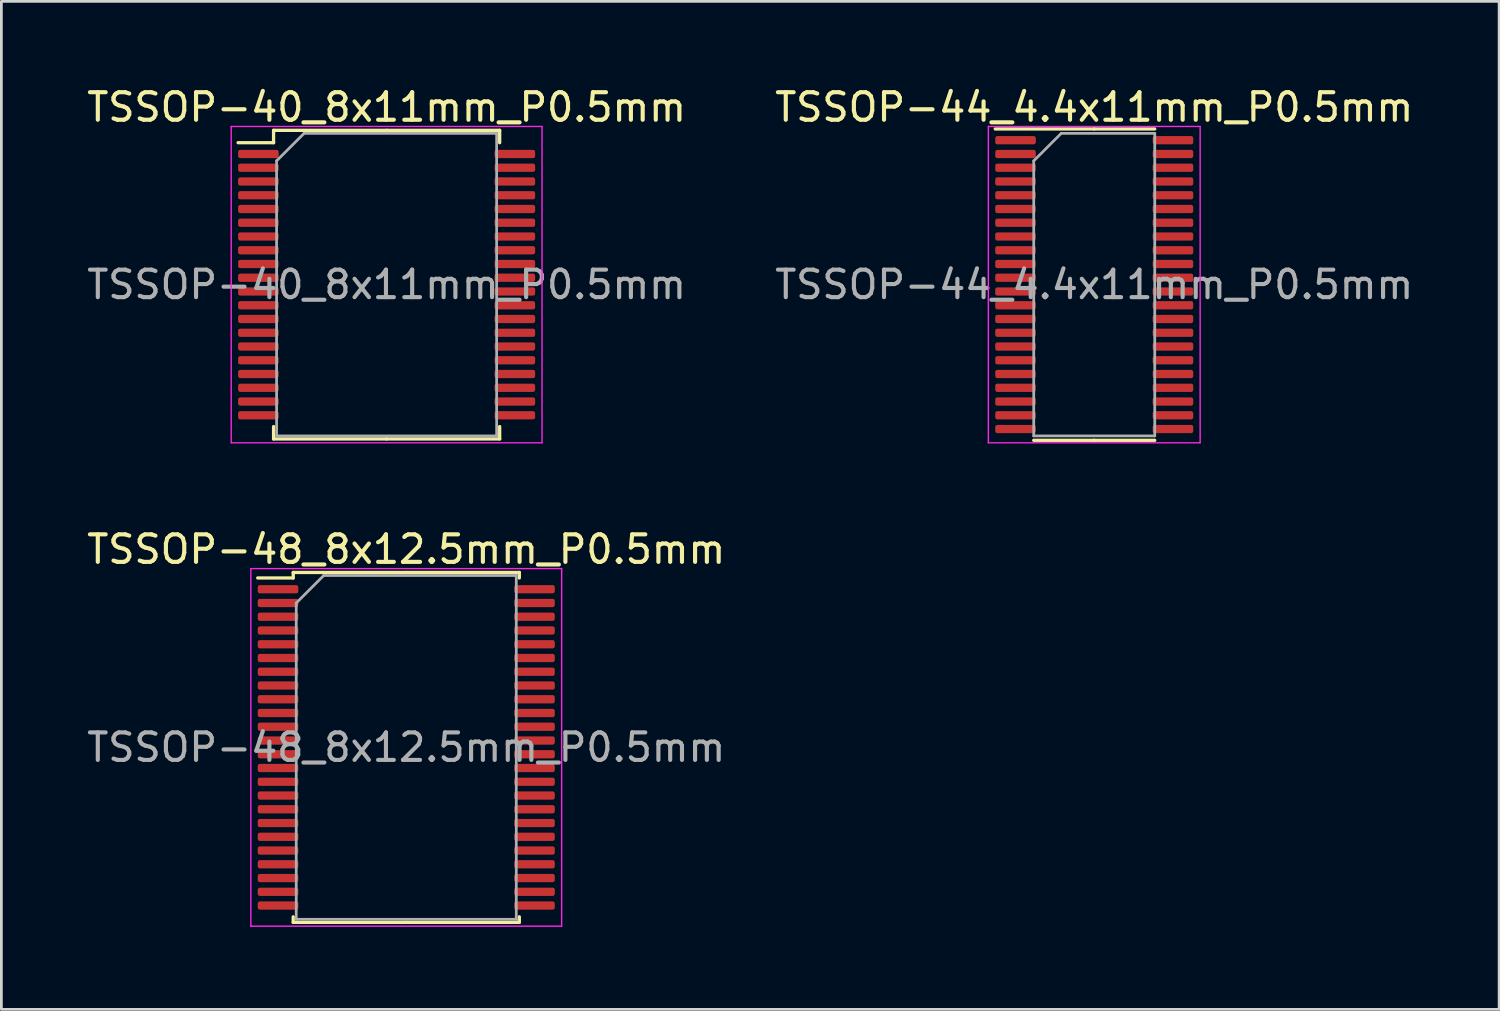
<source format=kicad_pcb>
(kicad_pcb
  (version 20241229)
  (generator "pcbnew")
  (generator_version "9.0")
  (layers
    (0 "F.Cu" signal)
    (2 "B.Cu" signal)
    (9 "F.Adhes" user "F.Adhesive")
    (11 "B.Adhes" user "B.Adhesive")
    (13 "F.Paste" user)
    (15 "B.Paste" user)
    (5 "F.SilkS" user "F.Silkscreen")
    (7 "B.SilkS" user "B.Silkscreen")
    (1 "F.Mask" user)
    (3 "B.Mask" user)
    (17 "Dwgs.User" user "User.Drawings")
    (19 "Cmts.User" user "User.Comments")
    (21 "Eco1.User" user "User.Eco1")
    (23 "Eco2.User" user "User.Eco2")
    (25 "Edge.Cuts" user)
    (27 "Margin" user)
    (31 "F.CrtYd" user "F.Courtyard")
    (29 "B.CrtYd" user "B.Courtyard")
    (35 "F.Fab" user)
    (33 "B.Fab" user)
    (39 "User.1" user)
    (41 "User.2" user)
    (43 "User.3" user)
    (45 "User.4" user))
  (footprint "TSSOP-48_8x12.5mm_P0.5mm"
    (layer "F.Cu")
    (at 11.72 24.122)
    (property "Reference" "TSSOP-48_8x12.5mm_P0.5mm" (at 0 -7.2 0) (layer "F.SilkS") (effects (font (size 1 1) (thickness 0.15))))
    (attr smd)
    (fp_line (start -4.11 -6.36) (end -4.11 -6.16) (stroke (width 0.12) (type solid)) (layer "F.SilkS"))
    (fp_line (start -4.11 -6.16) (end -5.4 -6.16) (stroke (width 0.12) (type solid)) (layer "F.SilkS"))
    (fp_line (start -4.11 6.36) (end -4.11 6.16) (stroke (width 0.12) (type solid)) (layer "F.SilkS"))
    (fp_line (start 0 -6.36) (end -4.11 -6.36) (stroke (width 0.12) (type solid)) (layer "F.SilkS"))
    (fp_line (start 0 -6.36) (end 4.11 -6.36) (stroke (width 0.12) (type solid)) (layer "F.SilkS"))
    (fp_line (start 0 6.36) (end -4.11 6.36) (stroke (width 0.12) (type solid)) (layer "F.SilkS"))
    (fp_line (start 0 6.36) (end 4.11 6.36) (stroke (width 0.12) (type solid)) (layer "F.SilkS"))
    (fp_line (start 4.11 -6.36) (end 4.11 -6.16) (stroke (width 0.12) (type solid)) (layer "F.SilkS"))
    (fp_line (start 4.11 6.36) (end 4.11 6.16) (stroke (width 0.12) (type solid)) (layer "F.SilkS"))
    (fp_line (start -5.65 -6.5) (end -5.65 6.5) (stroke (width 0.05) (type solid)) (layer "F.CrtYd"))
    (fp_line (start -5.65 6.5) (end 5.65 6.5) (stroke (width 0.05) (type solid)) (layer "F.CrtYd"))
    (fp_line (start 5.65 -6.5) (end -5.65 -6.5) (stroke (width 0.05) (type solid)) (layer "F.CrtYd"))
    (fp_line (start 5.65 6.5) (end 5.65 -6.5) (stroke (width 0.05) (type solid)) (layer "F.CrtYd"))
    (fp_line (start -4 -5.25) (end -3 -6.25) (stroke (width 0.1) (type solid)) (layer "F.Fab"))
    (fp_line (start -4 6.25) (end -4 -5.25) (stroke (width 0.1) (type solid)) (layer "F.Fab"))
    (fp_line (start -3 -6.25) (end 4 -6.25) (stroke (width 0.1) (type solid)) (layer "F.Fab"))
    (fp_line (start 4 -6.25) (end 4 6.25) (stroke (width 0.1) (type solid)) (layer "F.Fab"))
    (fp_line (start 4 6.25) (end -4 6.25) (stroke (width 0.1) (type solid)) (layer "F.Fab"))
    (fp_text user "${REFERENCE}" (at 0 0 0) (layer "F.Fab") (effects (font (size 1 1) (thickness 0.15))))
    (pad "1" smd roundrect (at -4.662 -5.75) (size 1.475 0.3) (layers "F.Cu" "F.Mask" "F.Paste") (roundrect_rratio 0.25))
    (pad "2" smd roundrect (at -4.662 -5.25) (size 1.475 0.3) (layers "F.Cu" "F.Mask" "F.Paste") (roundrect_rratio 0.25))
    (pad "3" smd roundrect (at -4.662 -4.75) (size 1.475 0.3) (layers "F.Cu" "F.Mask" "F.Paste") (roundrect_rratio 0.25))
    (pad "4" smd roundrect (at -4.662 -4.25) (size 1.475 0.3) (layers "F.Cu" "F.Mask" "F.Paste") (roundrect_rratio 0.25))
    (pad "5" smd roundrect (at -4.662 -3.75) (size 1.475 0.3) (layers "F.Cu" "F.Mask" "F.Paste") (roundrect_rratio 0.25))
    (pad "6" smd roundrect (at -4.662 -3.25) (size 1.475 0.3) (layers "F.Cu" "F.Mask" "F.Paste") (roundrect_rratio 0.25))
    (pad "7" smd roundrect (at -4.662 -2.75) (size 1.475 0.3) (layers "F.Cu" "F.Mask" "F.Paste") (roundrect_rratio 0.25))
    (pad "8" smd roundrect (at -4.662 -2.25) (size 1.475 0.3) (layers "F.Cu" "F.Mask" "F.Paste") (roundrect_rratio 0.25))
    (pad "9" smd roundrect (at -4.662 -1.75) (size 1.475 0.3) (layers "F.Cu" "F.Mask" "F.Paste") (roundrect_rratio 0.25))
    (pad "10" smd roundrect (at -4.662 -1.25) (size 1.475 0.3) (layers "F.Cu" "F.Mask" "F.Paste") (roundrect_rratio 0.25))
    (pad "11" smd roundrect (at -4.662 -0.75) (size 1.475 0.3) (layers "F.Cu" "F.Mask" "F.Paste") (roundrect_rratio 0.25))
    (pad "12" smd roundrect (at -4.662 -0.25) (size 1.475 0.3) (layers "F.Cu" "F.Mask" "F.Paste") (roundrect_rratio 0.25))
    (pad "13" smd roundrect (at -4.662 0.25) (size 1.475 0.3) (layers "F.Cu" "F.Mask" "F.Paste") (roundrect_rratio 0.25))
    (pad "14" smd roundrect (at -4.662 0.75) (size 1.475 0.3) (layers "F.Cu" "F.Mask" "F.Paste") (roundrect_rratio 0.25))
    (pad "15" smd roundrect (at -4.662 1.25) (size 1.475 0.3) (layers "F.Cu" "F.Mask" "F.Paste") (roundrect_rratio 0.25))
    (pad "16" smd roundrect (at -4.662 1.75) (size 1.475 0.3) (layers "F.Cu" "F.Mask" "F.Paste") (roundrect_rratio 0.25))
    (pad "17" smd roundrect (at -4.662 2.25) (size 1.475 0.3) (layers "F.Cu" "F.Mask" "F.Paste") (roundrect_rratio 0.25))
    (pad "18" smd roundrect (at -4.662 2.75) (size 1.475 0.3) (layers "F.Cu" "F.Mask" "F.Paste") (roundrect_rratio 0.25))
    (pad "19" smd roundrect (at -4.662 3.25) (size 1.475 0.3) (layers "F.Cu" "F.Mask" "F.Paste") (roundrect_rratio 0.25))
    (pad "20" smd roundrect (at -4.662 3.75) (size 1.475 0.3) (layers "F.Cu" "F.Mask" "F.Paste") (roundrect_rratio 0.25))
    (pad "21" smd roundrect (at -4.662 4.25) (size 1.475 0.3) (layers "F.Cu" "F.Mask" "F.Paste") (roundrect_rratio 0.25))
    (pad "22" smd roundrect (at -4.662 4.75) (size 1.475 0.3) (layers "F.Cu" "F.Mask" "F.Paste") (roundrect_rratio 0.25))
    (pad "23" smd roundrect (at -4.662 5.25) (size 1.475 0.3) (layers "F.Cu" "F.Mask" "F.Paste") (roundrect_rratio 0.25))
    (pad "24" smd roundrect (at -4.662 5.75) (size 1.475 0.3) (layers "F.Cu" "F.Mask" "F.Paste") (roundrect_rratio 0.25))
    (pad "25" smd roundrect (at 4.662 5.75) (size 1.475 0.3) (layers "F.Cu" "F.Mask" "F.Paste") (roundrect_rratio 0.25))
    (pad "26" smd roundrect (at 4.662 5.25) (size 1.475 0.3) (layers "F.Cu" "F.Mask" "F.Paste") (roundrect_rratio 0.25))
    (pad "27" smd roundrect (at 4.662 4.75) (size 1.475 0.3) (layers "F.Cu" "F.Mask" "F.Paste") (roundrect_rratio 0.25))
    (pad "28" smd roundrect (at 4.662 4.25) (size 1.475 0.3) (layers "F.Cu" "F.Mask" "F.Paste") (roundrect_rratio 0.25))
    (pad "29" smd roundrect (at 4.662 3.75) (size 1.475 0.3) (layers "F.Cu" "F.Mask" "F.Paste") (roundrect_rratio 0.25))
    (pad "30" smd roundrect (at 4.662 3.25) (size 1.475 0.3) (layers "F.Cu" "F.Mask" "F.Paste") (roundrect_rratio 0.25))
    (pad "31" smd roundrect (at 4.662 2.75) (size 1.475 0.3) (layers "F.Cu" "F.Mask" "F.Paste") (roundrect_rratio 0.25))
    (pad "32" smd roundrect (at 4.662 2.25) (size 1.475 0.3) (layers "F.Cu" "F.Mask" "F.Paste") (roundrect_rratio 0.25))
    (pad "33" smd roundrect (at 4.662 1.75) (size 1.475 0.3) (layers "F.Cu" "F.Mask" "F.Paste") (roundrect_rratio 0.25))
    (pad "34" smd roundrect (at 4.662 1.25) (size 1.475 0.3) (layers "F.Cu" "F.Mask" "F.Paste") (roundrect_rratio 0.25))
    (pad "35" smd roundrect (at 4.662 0.75) (size 1.475 0.3) (layers "F.Cu" "F.Mask" "F.Paste") (roundrect_rratio 0.25))
    (pad "36" smd roundrect (at 4.662 0.25) (size 1.475 0.3) (layers "F.Cu" "F.Mask" "F.Paste") (roundrect_rratio 0.25))
    (pad "37" smd roundrect (at 4.662 -0.25) (size 1.475 0.3) (layers "F.Cu" "F.Mask" "F.Paste") (roundrect_rratio 0.25))
    (pad "38" smd roundrect (at 4.662 -0.75) (size 1.475 0.3) (layers "F.Cu" "F.Mask" "F.Paste") (roundrect_rratio 0.25))
    (pad "39" smd roundrect (at 4.662 -1.25) (size 1.475 0.3) (layers "F.Cu" "F.Mask" "F.Paste") (roundrect_rratio 0.25))
    (pad "40" smd roundrect (at 4.662 -1.75) (size 1.475 0.3) (layers "F.Cu" "F.Mask" "F.Paste") (roundrect_rratio 0.25))
    (pad "41" smd roundrect (at 4.662 -2.25) (size 1.475 0.3) (layers "F.Cu" "F.Mask" "F.Paste") (roundrect_rratio 0.25))
    (pad "42" smd roundrect (at 4.662 -2.75) (size 1.475 0.3) (layers "F.Cu" "F.Mask" "F.Paste") (roundrect_rratio 0.25))
    (pad "43" smd roundrect (at 4.662 -3.25) (size 1.475 0.3) (layers "F.Cu" "F.Mask" "F.Paste") (roundrect_rratio 0.25))
    (pad "44" smd roundrect (at 4.662 -3.75) (size 1.475 0.3) (layers "F.Cu" "F.Mask" "F.Paste") (roundrect_rratio 0.25))
    (pad "45" smd roundrect (at 4.662 -4.25) (size 1.475 0.3) (layers "F.Cu" "F.Mask" "F.Paste") (roundrect_rratio 0.25))
    (pad "46" smd roundrect (at 4.662 -4.75) (size 1.475 0.3) (layers "F.Cu" "F.Mask" "F.Paste") (roundrect_rratio 0.25))
    (pad "47" smd roundrect (at 4.662 -5.25) (size 1.475 0.3) (layers "F.Cu" "F.Mask" "F.Paste") (roundrect_rratio 0.25))
    (pad "48" smd roundrect (at 4.662 -5.75) (size 1.475 0.3) (layers "F.Cu" "F.Mask" "F.Paste") (roundrect_rratio 0.25)))
  (footprint "TSSOP-44_4.4x11mm_P0.5mm"
    (layer "F.Cu")
    (at 36.732 7.298)
    (property "Reference" "TSSOP-44_4.4x11mm_P0.5mm" (at 0 -6.45 0) (layer "F.SilkS") (effects (font (size 1 1) (thickness 0.15))))
    (attr smd)
    (fp_line (start 0 -5.66) (end -3.6 -5.66) (stroke (width 0.12) (type solid)) (layer "F.SilkS"))
    (fp_line (start 0 -5.66) (end 2.2 -5.66) (stroke (width 0.12) (type solid)) (layer "F.SilkS"))
    (fp_line (start 0 5.66) (end -2.2 5.66) (stroke (width 0.12) (type solid)) (layer "F.SilkS"))
    (fp_line (start 0 5.66) (end 2.2 5.66) (stroke (width 0.12) (type solid)) (layer "F.SilkS"))
    (fp_line (start -3.85 -5.75) (end -3.85 5.75) (stroke (width 0.05) (type solid)) (layer "F.CrtYd"))
    (fp_line (start -3.85 5.75) (end 3.85 5.75) (stroke (width 0.05) (type solid)) (layer "F.CrtYd"))
    (fp_line (start 3.85 -5.75) (end -3.85 -5.75) (stroke (width 0.05) (type solid)) (layer "F.CrtYd"))
    (fp_line (start 3.85 5.75) (end 3.85 -5.75) (stroke (width 0.05) (type solid)) (layer "F.CrtYd"))
    (fp_line (start -2.2 -4.5) (end -1.2 -5.5) (stroke (width 0.1) (type solid)) (layer "F.Fab"))
    (fp_line (start -2.2 5.5) (end -2.2 -4.5) (stroke (width 0.1) (type solid)) (layer "F.Fab"))
    (fp_line (start -1.2 -5.5) (end 2.2 -5.5) (stroke (width 0.1) (type solid)) (layer "F.Fab"))
    (fp_line (start 2.2 -5.5) (end 2.2 5.5) (stroke (width 0.1) (type solid)) (layer "F.Fab"))
    (fp_line (start 2.2 5.5) (end -2.2 5.5) (stroke (width 0.1) (type solid)) (layer "F.Fab"))
    (fp_text user "${REFERENCE}" (at 0 0 0) (layer "F.Fab") (effects (font (size 1 1) (thickness 0.15))))
    (pad "1" smd roundrect (at -2.862 -5.25) (size 1.475 0.3) (layers "F.Cu" "F.Mask" "F.Paste") (roundrect_rratio 0.25))
    (pad "2" smd roundrect (at -2.862 -4.75) (size 1.475 0.3) (layers "F.Cu" "F.Mask" "F.Paste") (roundrect_rratio 0.25))
    (pad "3" smd roundrect (at -2.862 -4.25) (size 1.475 0.3) (layers "F.Cu" "F.Mask" "F.Paste") (roundrect_rratio 0.25))
    (pad "4" smd roundrect (at -2.862 -3.75) (size 1.475 0.3) (layers "F.Cu" "F.Mask" "F.Paste") (roundrect_rratio 0.25))
    (pad "5" smd roundrect (at -2.862 -3.25) (size 1.475 0.3) (layers "F.Cu" "F.Mask" "F.Paste") (roundrect_rratio 0.25))
    (pad "6" smd roundrect (at -2.862 -2.75) (size 1.475 0.3) (layers "F.Cu" "F.Mask" "F.Paste") (roundrect_rratio 0.25))
    (pad "7" smd roundrect (at -2.862 -2.25) (size 1.475 0.3) (layers "F.Cu" "F.Mask" "F.Paste") (roundrect_rratio 0.25))
    (pad "8" smd roundrect (at -2.862 -1.75) (size 1.475 0.3) (layers "F.Cu" "F.Mask" "F.Paste") (roundrect_rratio 0.25))
    (pad "9" smd roundrect (at -2.862 -1.25) (size 1.475 0.3) (layers "F.Cu" "F.Mask" "F.Paste") (roundrect_rratio 0.25))
    (pad "10" smd roundrect (at -2.862 -0.75) (size 1.475 0.3) (layers "F.Cu" "F.Mask" "F.Paste") (roundrect_rratio 0.25))
    (pad "11" smd roundrect (at -2.862 -0.25) (size 1.475 0.3) (layers "F.Cu" "F.Mask" "F.Paste") (roundrect_rratio 0.25))
    (pad "12" smd roundrect (at -2.862 0.25) (size 1.475 0.3) (layers "F.Cu" "F.Mask" "F.Paste") (roundrect_rratio 0.25))
    (pad "13" smd roundrect (at -2.862 0.75) (size 1.475 0.3) (layers "F.Cu" "F.Mask" "F.Paste") (roundrect_rratio 0.25))
    (pad "14" smd roundrect (at -2.862 1.25) (size 1.475 0.3) (layers "F.Cu" "F.Mask" "F.Paste") (roundrect_rratio 0.25))
    (pad "15" smd roundrect (at -2.862 1.75) (size 1.475 0.3) (layers "F.Cu" "F.Mask" "F.Paste") (roundrect_rratio 0.25))
    (pad "16" smd roundrect (at -2.862 2.25) (size 1.475 0.3) (layers "F.Cu" "F.Mask" "F.Paste") (roundrect_rratio 0.25))
    (pad "17" smd roundrect (at -2.862 2.75) (size 1.475 0.3) (layers "F.Cu" "F.Mask" "F.Paste") (roundrect_rratio 0.25))
    (pad "18" smd roundrect (at -2.862 3.25) (size 1.475 0.3) (layers "F.Cu" "F.Mask" "F.Paste") (roundrect_rratio 0.25))
    (pad "19" smd roundrect (at -2.862 3.75) (size 1.475 0.3) (layers "F.Cu" "F.Mask" "F.Paste") (roundrect_rratio 0.25))
    (pad "20" smd roundrect (at -2.862 4.25) (size 1.475 0.3) (layers "F.Cu" "F.Mask" "F.Paste") (roundrect_rratio 0.25))
    (pad "21" smd roundrect (at -2.862 4.75) (size 1.475 0.3) (layers "F.Cu" "F.Mask" "F.Paste") (roundrect_rratio 0.25))
    (pad "22" smd roundrect (at -2.862 5.25) (size 1.475 0.3) (layers "F.Cu" "F.Mask" "F.Paste") (roundrect_rratio 0.25))
    (pad "23" smd roundrect (at 2.862 5.25) (size 1.475 0.3) (layers "F.Cu" "F.Mask" "F.Paste") (roundrect_rratio 0.25))
    (pad "24" smd roundrect (at 2.862 4.75) (size 1.475 0.3) (layers "F.Cu" "F.Mask" "F.Paste") (roundrect_rratio 0.25))
    (pad "25" smd roundrect (at 2.862 4.25) (size 1.475 0.3) (layers "F.Cu" "F.Mask" "F.Paste") (roundrect_rratio 0.25))
    (pad "26" smd roundrect (at 2.862 3.75) (size 1.475 0.3) (layers "F.Cu" "F.Mask" "F.Paste") (roundrect_rratio 0.25))
    (pad "27" smd roundrect (at 2.862 3.25) (size 1.475 0.3) (layers "F.Cu" "F.Mask" "F.Paste") (roundrect_rratio 0.25))
    (pad "28" smd roundrect (at 2.862 2.75) (size 1.475 0.3) (layers "F.Cu" "F.Mask" "F.Paste") (roundrect_rratio 0.25))
    (pad "29" smd roundrect (at 2.862 2.25) (size 1.475 0.3) (layers "F.Cu" "F.Mask" "F.Paste") (roundrect_rratio 0.25))
    (pad "30" smd roundrect (at 2.862 1.75) (size 1.475 0.3) (layers "F.Cu" "F.Mask" "F.Paste") (roundrect_rratio 0.25))
    (pad "31" smd roundrect (at 2.862 1.25) (size 1.475 0.3) (layers "F.Cu" "F.Mask" "F.Paste") (roundrect_rratio 0.25))
    (pad "32" smd roundrect (at 2.862 0.75) (size 1.475 0.3) (layers "F.Cu" "F.Mask" "F.Paste") (roundrect_rratio 0.25))
    (pad "33" smd roundrect (at 2.862 0.25) (size 1.475 0.3) (layers "F.Cu" "F.Mask" "F.Paste") (roundrect_rratio 0.25))
    (pad "34" smd roundrect (at 2.862 -0.25) (size 1.475 0.3) (layers "F.Cu" "F.Mask" "F.Paste") (roundrect_rratio 0.25))
    (pad "35" smd roundrect (at 2.862 -0.75) (size 1.475 0.3) (layers "F.Cu" "F.Mask" "F.Paste") (roundrect_rratio 0.25))
    (pad "36" smd roundrect (at 2.862 -1.25) (size 1.475 0.3) (layers "F.Cu" "F.Mask" "F.Paste") (roundrect_rratio 0.25))
    (pad "37" smd roundrect (at 2.862 -1.75) (size 1.475 0.3) (layers "F.Cu" "F.Mask" "F.Paste") (roundrect_rratio 0.25))
    (pad "38" smd roundrect (at 2.862 -2.25) (size 1.475 0.3) (layers "F.Cu" "F.Mask" "F.Paste") (roundrect_rratio 0.25))
    (pad "39" smd roundrect (at 2.862 -2.75) (size 1.475 0.3) (layers "F.Cu" "F.Mask" "F.Paste") (roundrect_rratio 0.25))
    (pad "40" smd roundrect (at 2.862 -3.25) (size 1.475 0.3) (layers "F.Cu" "F.Mask" "F.Paste") (roundrect_rratio 0.25))
    (pad "41" smd roundrect (at 2.862 -3.75) (size 1.475 0.3) (layers "F.Cu" "F.Mask" "F.Paste") (roundrect_rratio 0.25))
    (pad "42" smd roundrect (at 2.862 -4.25) (size 1.475 0.3) (layers "F.Cu" "F.Mask" "F.Paste") (roundrect_rratio 0.25))
    (pad "43" smd roundrect (at 2.862 -4.75) (size 1.475 0.3) (layers "F.Cu" "F.Mask" "F.Paste") (roundrect_rratio 0.25))
    (pad "44" smd roundrect (at 2.862 -5.25) (size 1.475 0.3) (layers "F.Cu" "F.Mask" "F.Paste") (roundrect_rratio 0.25)))
  (footprint "TSSOP-40_8x11mm_P0.5mm"
    (layer "F.Cu")
    (at 11.006 7.298)
    (property "Reference" "TSSOP-40_8x11mm_P0.5mm" (at 0 -6.45 0) (layer "F.SilkS") (effects (font (size 1 1) (thickness 0.15))))
    (attr smd)
    (fp_line (start -4.11 -5.61) (end -4.11 -5.16) (stroke (width 0.12) (type solid)) (layer "F.SilkS"))
    (fp_line (start -4.11 -5.16) (end -5.4 -5.16) (stroke (width 0.12) (type solid)) (layer "F.SilkS"))
    (fp_line (start -4.11 5.61) (end -4.11 5.16) (stroke (width 0.12) (type solid)) (layer "F.SilkS"))
    (fp_line (start 0 -5.61) (end -4.11 -5.61) (stroke (width 0.12) (type solid)) (layer "F.SilkS"))
    (fp_line (start 0 -5.61) (end 4.11 -5.61) (stroke (width 0.12) (type solid)) (layer "F.SilkS"))
    (fp_line (start 0 5.61) (end -4.11 5.61) (stroke (width 0.12) (type solid)) (layer "F.SilkS"))
    (fp_line (start 0 5.61) (end 4.11 5.61) (stroke (width 0.12) (type solid)) (layer "F.SilkS"))
    (fp_line (start 4.11 -5.61) (end 4.11 -5.16) (stroke (width 0.12) (type solid)) (layer "F.SilkS"))
    (fp_line (start 4.11 5.61) (end 4.11 5.16) (stroke (width 0.12) (type solid)) (layer "F.SilkS"))
    (fp_line (start -5.65 -5.75) (end -5.65 5.75) (stroke (width 0.05) (type solid)) (layer "F.CrtYd"))
    (fp_line (start -5.65 5.75) (end 5.65 5.75) (stroke (width 0.05) (type solid)) (layer "F.CrtYd"))
    (fp_line (start 5.65 -5.75) (end -5.65 -5.75) (stroke (width 0.05) (type solid)) (layer "F.CrtYd"))
    (fp_line (start 5.65 5.75) (end 5.65 -5.75) (stroke (width 0.05) (type solid)) (layer "F.CrtYd"))
    (fp_line (start -4 -4.5) (end -3 -5.5) (stroke (width 0.1) (type solid)) (layer "F.Fab"))
    (fp_line (start -4 5.5) (end -4 -4.5) (stroke (width 0.1) (type solid)) (layer "F.Fab"))
    (fp_line (start -3 -5.5) (end 4 -5.5) (stroke (width 0.1) (type solid)) (layer "F.Fab"))
    (fp_line (start 4 -5.5) (end 4 5.5) (stroke (width 0.1) (type solid)) (layer "F.Fab"))
    (fp_line (start 4 5.5) (end -4 5.5) (stroke (width 0.1) (type solid)) (layer "F.Fab"))
    (fp_text user "${REFERENCE}" (at 0 0 0) (layer "F.Fab") (effects (font (size 1 1) (thickness 0.15))))
    (pad "1" smd roundrect (at -4.662 -4.75) (size 1.475 0.3) (layers "F.Cu" "F.Mask" "F.Paste") (roundrect_rratio 0.25))
    (pad "2" smd roundrect (at -4.662 -4.25) (size 1.475 0.3) (layers "F.Cu" "F.Mask" "F.Paste") (roundrect_rratio 0.25))
    (pad "3" smd roundrect (at -4.662 -3.75) (size 1.475 0.3) (layers "F.Cu" "F.Mask" "F.Paste") (roundrect_rratio 0.25))
    (pad "4" smd roundrect (at -4.662 -3.25) (size 1.475 0.3) (layers "F.Cu" "F.Mask" "F.Paste") (roundrect_rratio 0.25))
    (pad "5" smd roundrect (at -4.662 -2.75) (size 1.475 0.3) (layers "F.Cu" "F.Mask" "F.Paste") (roundrect_rratio 0.25))
    (pad "6" smd roundrect (at -4.662 -2.25) (size 1.475 0.3) (layers "F.Cu" "F.Mask" "F.Paste") (roundrect_rratio 0.25))
    (pad "7" smd roundrect (at -4.662 -1.75) (size 1.475 0.3) (layers "F.Cu" "F.Mask" "F.Paste") (roundrect_rratio 0.25))
    (pad "8" smd roundrect (at -4.662 -1.25) (size 1.475 0.3) (layers "F.Cu" "F.Mask" "F.Paste") (roundrect_rratio 0.25))
    (pad "9" smd roundrect (at -4.662 -0.75) (size 1.475 0.3) (layers "F.Cu" "F.Mask" "F.Paste") (roundrect_rratio 0.25))
    (pad "10" smd roundrect (at -4.662 -0.25) (size 1.475 0.3) (layers "F.Cu" "F.Mask" "F.Paste") (roundrect_rratio 0.25))
    (pad "11" smd roundrect (at -4.662 0.25) (size 1.475 0.3) (layers "F.Cu" "F.Mask" "F.Paste") (roundrect_rratio 0.25))
    (pad "12" smd roundrect (at -4.662 0.75) (size 1.475 0.3) (layers "F.Cu" "F.Mask" "F.Paste") (roundrect_rratio 0.25))
    (pad "13" smd roundrect (at -4.662 1.25) (size 1.475 0.3) (layers "F.Cu" "F.Mask" "F.Paste") (roundrect_rratio 0.25))
    (pad "14" smd roundrect (at -4.662 1.75) (size 1.475 0.3) (layers "F.Cu" "F.Mask" "F.Paste") (roundrect_rratio 0.25))
    (pad "15" smd roundrect (at -4.662 2.25) (size 1.475 0.3) (layers "F.Cu" "F.Mask" "F.Paste") (roundrect_rratio 0.25))
    (pad "16" smd roundrect (at -4.662 2.75) (size 1.475 0.3) (layers "F.Cu" "F.Mask" "F.Paste") (roundrect_rratio 0.25))
    (pad "17" smd roundrect (at -4.662 3.25) (size 1.475 0.3) (layers "F.Cu" "F.Mask" "F.Paste") (roundrect_rratio 0.25))
    (pad "18" smd roundrect (at -4.662 3.75) (size 1.475 0.3) (layers "F.Cu" "F.Mask" "F.Paste") (roundrect_rratio 0.25))
    (pad "19" smd roundrect (at -4.662 4.25) (size 1.475 0.3) (layers "F.Cu" "F.Mask" "F.Paste") (roundrect_rratio 0.25))
    (pad "20" smd roundrect (at -4.662 4.75) (size 1.475 0.3) (layers "F.Cu" "F.Mask" "F.Paste") (roundrect_rratio 0.25))
    (pad "21" smd roundrect (at 4.662 4.75) (size 1.475 0.3) (layers "F.Cu" "F.Mask" "F.Paste") (roundrect_rratio 0.25))
    (pad "22" smd roundrect (at 4.662 4.25) (size 1.475 0.3) (layers "F.Cu" "F.Mask" "F.Paste") (roundrect_rratio 0.25))
    (pad "23" smd roundrect (at 4.662 3.75) (size 1.475 0.3) (layers "F.Cu" "F.Mask" "F.Paste") (roundrect_rratio 0.25))
    (pad "24" smd roundrect (at 4.662 3.25) (size 1.475 0.3) (layers "F.Cu" "F.Mask" "F.Paste") (roundrect_rratio 0.25))
    (pad "25" smd roundrect (at 4.662 2.75) (size 1.475 0.3) (layers "F.Cu" "F.Mask" "F.Paste") (roundrect_rratio 0.25))
    (pad "26" smd roundrect (at 4.662 2.25) (size 1.475 0.3) (layers "F.Cu" "F.Mask" "F.Paste") (roundrect_rratio 0.25))
    (pad "27" smd roundrect (at 4.662 1.75) (size 1.475 0.3) (layers "F.Cu" "F.Mask" "F.Paste") (roundrect_rratio 0.25))
    (pad "28" smd roundrect (at 4.662 1.25) (size 1.475 0.3) (layers "F.Cu" "F.Mask" "F.Paste") (roundrect_rratio 0.25))
    (pad "29" smd roundrect (at 4.662 0.75) (size 1.475 0.3) (layers "F.Cu" "F.Mask" "F.Paste") (roundrect_rratio 0.25))
    (pad "30" smd roundrect (at 4.662 0.25) (size 1.475 0.3) (layers "F.Cu" "F.Mask" "F.Paste") (roundrect_rratio 0.25))
    (pad "31" smd roundrect (at 4.662 -0.25) (size 1.475 0.3) (layers "F.Cu" "F.Mask" "F.Paste") (roundrect_rratio 0.25))
    (pad "32" smd roundrect (at 4.662 -0.75) (size 1.475 0.3) (layers "F.Cu" "F.Mask" "F.Paste") (roundrect_rratio 0.25))
    (pad "33" smd roundrect (at 4.662 -1.25) (size 1.475 0.3) (layers "F.Cu" "F.Mask" "F.Paste") (roundrect_rratio 0.25))
    (pad "34" smd roundrect (at 4.662 -1.75) (size 1.475 0.3) (layers "F.Cu" "F.Mask" "F.Paste") (roundrect_rratio 0.25))
    (pad "35" smd roundrect (at 4.662 -2.25) (size 1.475 0.3) (layers "F.Cu" "F.Mask" "F.Paste") (roundrect_rratio 0.25))
    (pad "36" smd roundrect (at 4.662 -2.75) (size 1.475 0.3) (layers "F.Cu" "F.Mask" "F.Paste") (roundrect_rratio 0.25))
    (pad "37" smd roundrect (at 4.662 -3.25) (size 1.475 0.3) (layers "F.Cu" "F.Mask" "F.Paste") (roundrect_rratio 0.25))
    (pad "38" smd roundrect (at 4.662 -3.75) (size 1.475 0.3) (layers "F.Cu" "F.Mask" "F.Paste") (roundrect_rratio 0.25))
    (pad "39" smd roundrect (at 4.662 -4.25) (size 1.475 0.3) (layers "F.Cu" "F.Mask" "F.Paste") (roundrect_rratio 0.25))
    (pad "40" smd roundrect (at 4.662 -4.75) (size 1.475 0.3) (layers "F.Cu" "F.Mask" "F.Paste") (roundrect_rratio 0.25)))
  (gr_rect
    (start -3 -3)
    (end 51.452 33.647)
    (stroke (width 0.1) (type default))
    (fill no)
    (layer "Edge.Cuts")))
</source>
